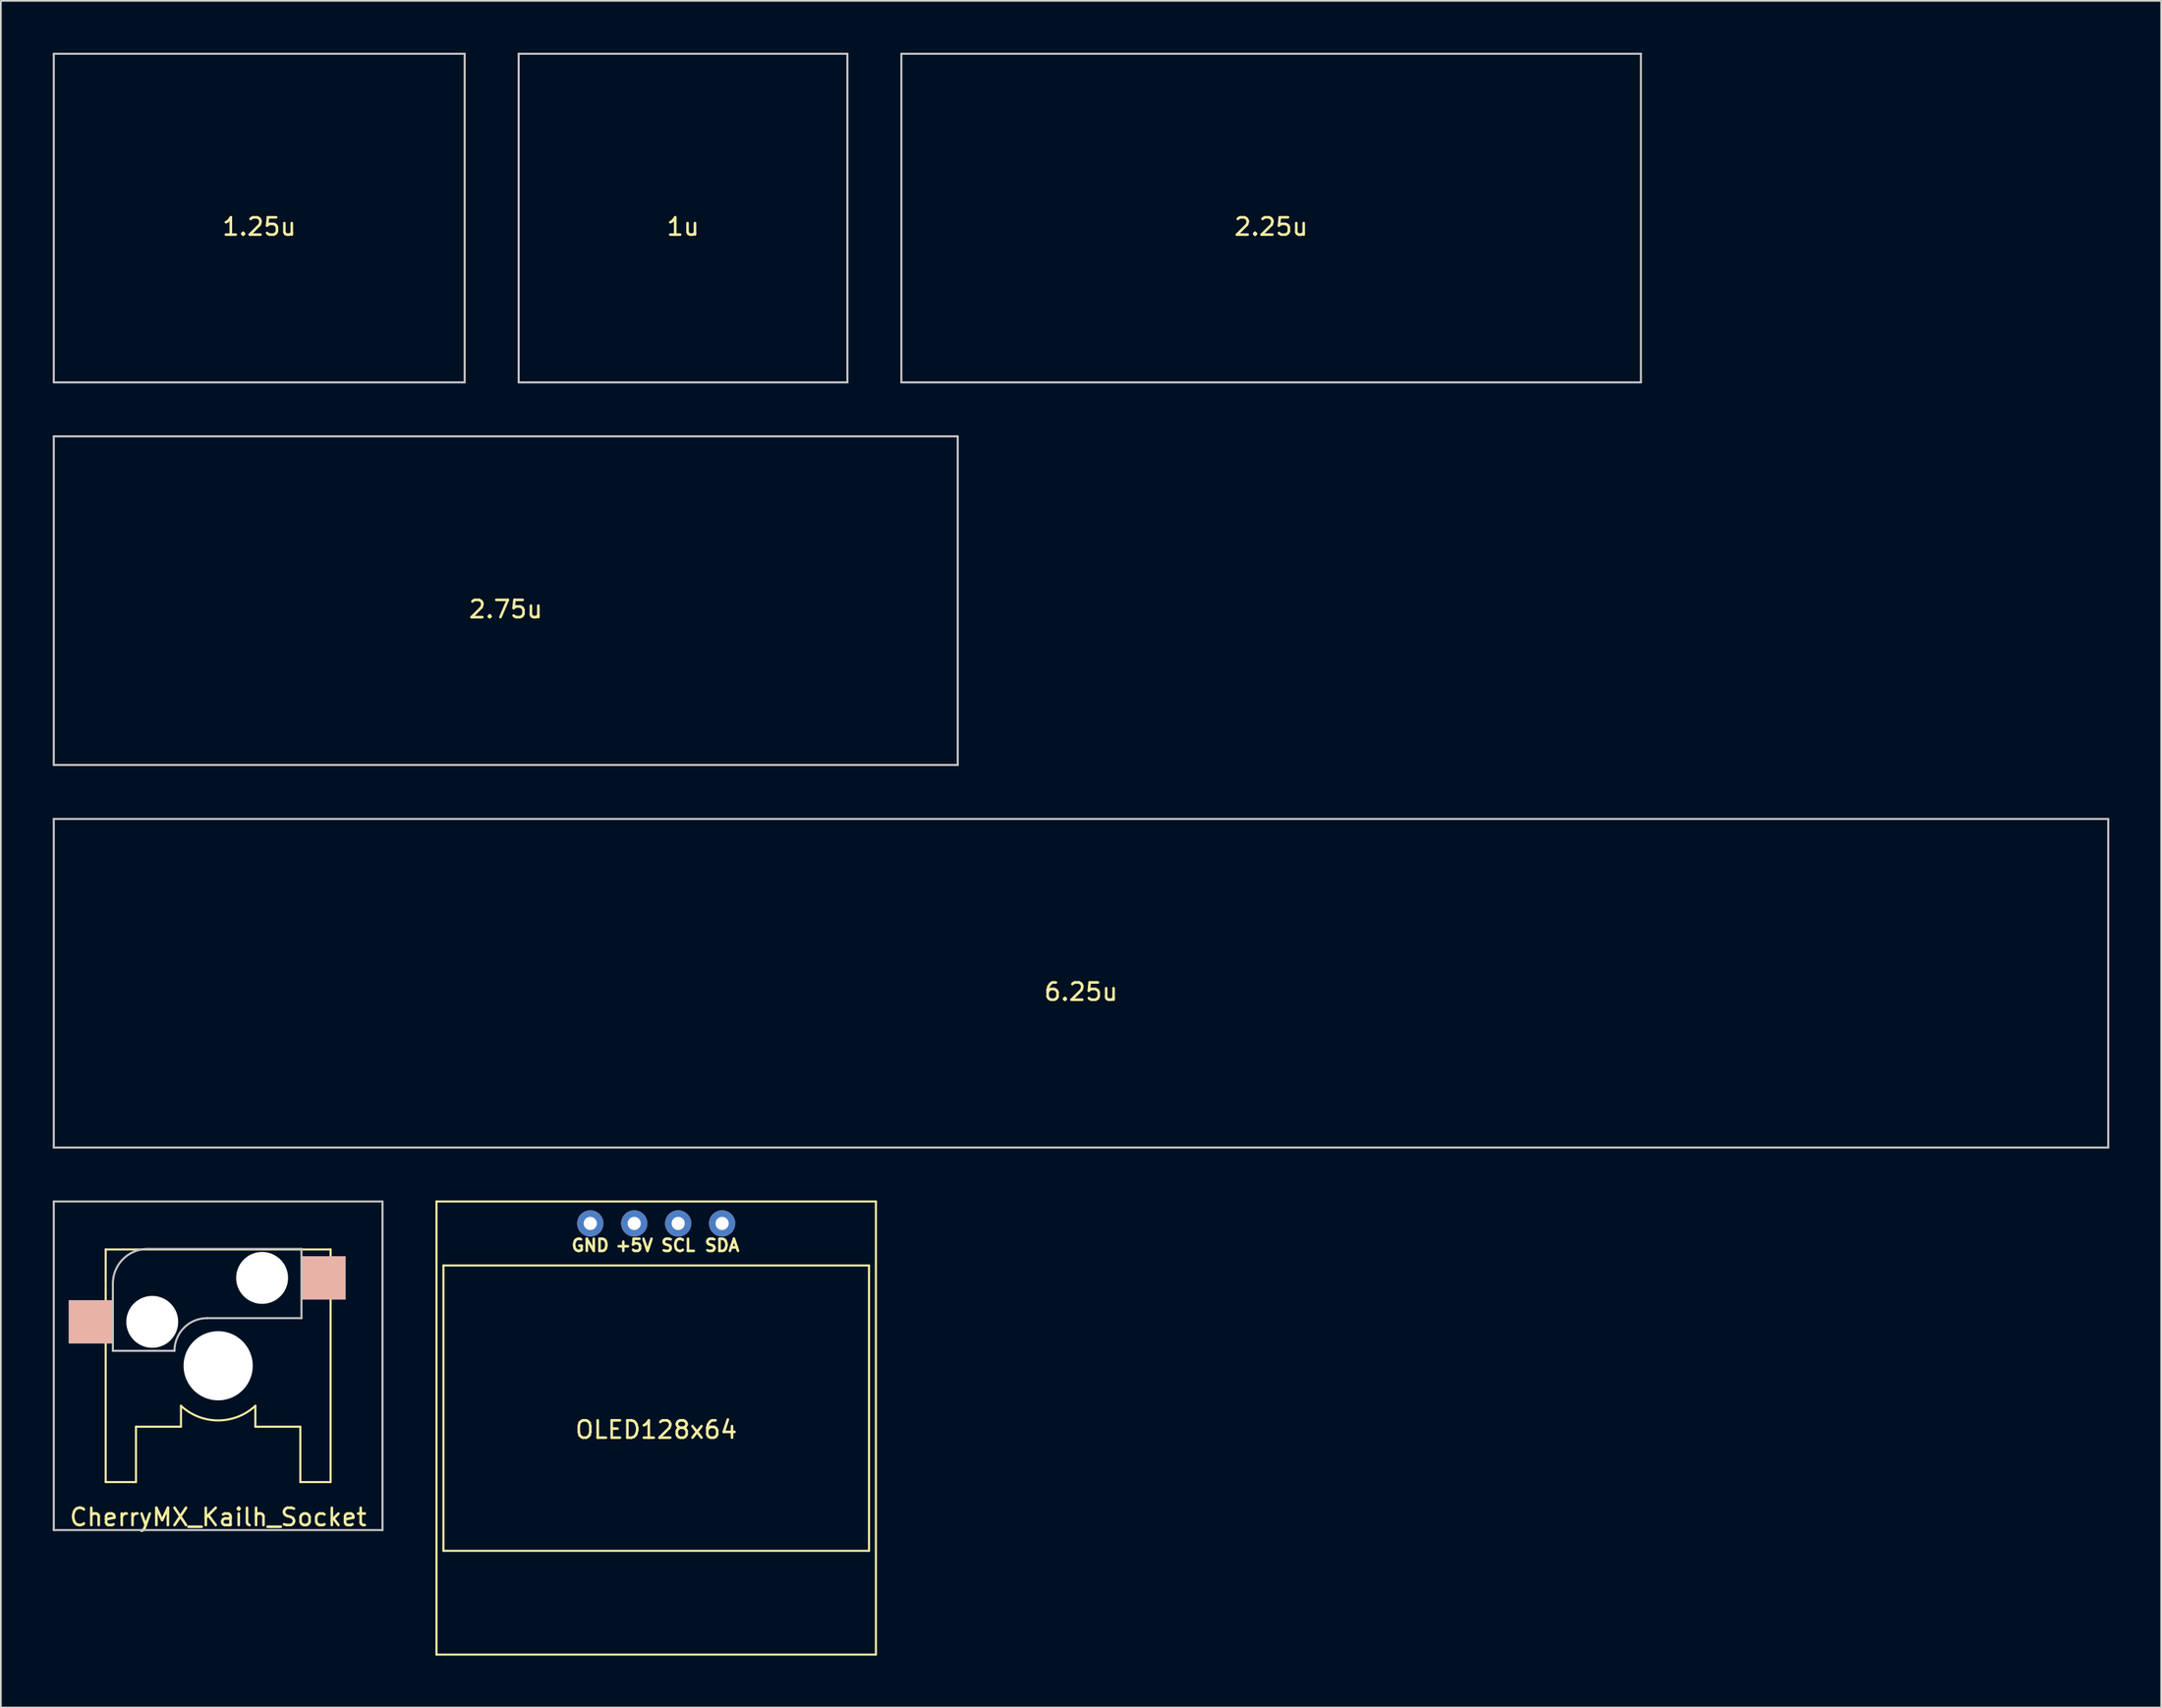
<source format=kicad_pcb>
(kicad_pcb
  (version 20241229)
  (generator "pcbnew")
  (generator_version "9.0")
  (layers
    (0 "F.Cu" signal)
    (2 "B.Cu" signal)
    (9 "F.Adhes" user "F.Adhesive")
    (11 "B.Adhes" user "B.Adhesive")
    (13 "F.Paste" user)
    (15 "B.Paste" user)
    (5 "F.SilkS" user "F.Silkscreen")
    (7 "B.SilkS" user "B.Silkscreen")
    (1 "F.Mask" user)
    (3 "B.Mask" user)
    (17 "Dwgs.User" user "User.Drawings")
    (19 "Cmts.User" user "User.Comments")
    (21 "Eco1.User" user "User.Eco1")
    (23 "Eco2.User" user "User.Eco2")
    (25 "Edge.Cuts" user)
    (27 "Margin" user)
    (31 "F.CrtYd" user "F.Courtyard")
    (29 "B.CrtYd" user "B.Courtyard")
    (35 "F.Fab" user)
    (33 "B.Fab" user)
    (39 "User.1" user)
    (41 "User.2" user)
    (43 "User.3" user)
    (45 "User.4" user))
  (footprint "1.25u"
    (layer "F.Cu")
    (at 11.935 9.56)
    (property "Reference" "1.25u" (at 0 0.5 0) (layer "F.SilkS") (effects (font (size 1 1) (thickness 0.15))))
    (attr through_hole)
    (fp_line (start -11.875 -9.5) (end -11.875 9.5) (stroke (width 0.12) (type solid)) (layer "Dwgs.User"))
    (fp_line (start -11.875 -9.5) (end 11.875 -9.5) (stroke (width 0.12) (type solid)) (layer "Dwgs.User"))
    (fp_line (start 11.875 9.5) (end -11.875 9.5) (stroke (width 0.12) (type solid)) (layer "Dwgs.User"))
    (fp_line (start 11.875 9.5) (end 11.875 -9.5) (stroke (width 0.12) (type solid)) (layer "Dwgs.User")))
  (footprint "2.25u"
    (layer "F.Cu")
    (at 70.425 9.56)
    (property "Reference" "2.25u" (at 0 0.5 0) (layer "F.SilkS") (effects (font (size 1 1) (thickness 0.15))))
    (attr through_hole)
    (fp_line (start -21.375 -9.5) (end -21.375 9.5) (stroke (width 0.12) (type solid)) (layer "Dwgs.User"))
    (fp_line (start -21.375 -9.5) (end 21.375 -9.5) (stroke (width 0.12) (type solid)) (layer "Dwgs.User"))
    (fp_line (start -21.375 9.5) (end 21.375 9.5) (stroke (width 0.12) (type solid)) (layer "Dwgs.User"))
    (fp_line (start 21.375 9.5) (end 21.375 -9.5) (stroke (width 0.12) (type solid)) (layer "Dwgs.User")))
  (footprint "6.25u"
    (layer "F.Cu")
    (at 59.435 53.8)
    (property "Reference" "6.25u" (at 0 0.5 0) (layer "F.SilkS") (effects (font (size 1 1) (thickness 0.15))))
    (attr through_hole)
    (fp_line (start -59.375 -9.5) (end -59.375 9.5) (stroke (width 0.12) (type solid)) (layer "Dwgs.User"))
    (fp_line (start -59.375 -9.5) (end 59.375 -9.5) (stroke (width 0.12) (type solid)) (layer "Dwgs.User"))
    (fp_line (start -59.375 9.5) (end 59.375 9.5) (stroke (width 0.12) (type solid)) (layer "Dwgs.User"))
    (fp_line (start 59.375 9.5) (end 59.375 -9.5) (stroke (width 0.12) (type solid)) (layer "Dwgs.User")))
  (footprint "CherryMX_Kailh_Socket"
    (layer "F.Cu")
    (at 9.56 75.92)
    (property "Reference" "CherryMX_Kailh_Socket" (at 0 8.755 0) (layer "F.SilkS") (effects (font (size 1 1) (thickness 0.15))))
    (attr through_hole)
    (fp_line (start -6.5 -6.725) (end -6.5 6.725) (stroke (width 0.12) (type solid)) (layer "F.SilkS"))
    (fp_line (start -6.5 -6.725) (end 6.5 -6.725) (stroke (width 0.12) (type solid)) (layer "F.SilkS"))
    (fp_line (start -6.5 6.725) (end -4.75 6.725) (stroke (width 0.12) (type solid)) (layer "F.SilkS"))
    (fp_line (start -4.75 3.525) (end -4.75 6.725) (stroke (width 0.12) (type solid)) (layer "F.SilkS"))
    (fp_line (start -4.75 3.525) (end -2.15 3.525) (stroke (width 0.12) (type solid)) (layer "F.SilkS"))
    (fp_line (start -2.15 2.315) (end -2.15 3.525) (stroke (width 0.12) (type solid)) (layer "F.SilkS"))
    (fp_line (start 2.15 2.315) (end 2.15 3.525) (stroke (width 0.12) (type solid)) (layer "F.SilkS"))
    (fp_line (start 2.15 3.525) (end 4.75 3.525) (stroke (width 0.12) (type solid)) (layer "F.SilkS"))
    (fp_line (start 4.75 3.525) (end 4.75 6.725) (stroke (width 0.12) (type solid)) (layer "F.SilkS"))
    (fp_line (start 4.75 6.725) (end 6.5 6.725) (stroke (width 0.12) (type solid)) (layer "F.SilkS"))
    (fp_line (start 6.5 -6.725) (end 6.5 6.725) (stroke (width 0.12) (type solid)) (layer "F.SilkS"))
    (fp_arc (start 2.149998 2.314998) (mid 0 3.159384) (end -2.149998 2.314998) (stroke (width 0.12) (type solid)) (layer "F.SilkS"))
    (fp_line (start -9.5 -9.5) (end 9.5 -9.5) (stroke (width 0.12) (type solid)) (layer "Dwgs.User"))
    (fp_line (start -9.5 9.5) (end -9.5 -9.5) (stroke (width 0.12) (type solid)) (layer "Dwgs.User"))
    (fp_line (start -6.085 -4.755) (end -6.085 -0.865) (stroke (width 0.12) (type solid)) (layer "Dwgs.User"))
    (fp_line (start -6.085 -0.865) (end -2.525 -0.865) (stroke (width 0.12) (type solid)) (layer "Dwgs.User"))
    (fp_line (start -4.085 -6.755) (end 4.815 -6.755) (stroke (width 0.12) (type solid)) (layer "Dwgs.User"))
    (fp_line (start 4.815 -6.755) (end 4.815 -2.755) (stroke (width 0.12) (type solid)) (layer "Dwgs.User"))
    (fp_line (start 4.815 -2.755) (end -0.635 -2.755) (stroke (width 0.12) (type solid)) (layer "Dwgs.User"))
    (fp_line (start 9.5 -9.5) (end 9.5 9.5) (stroke (width 0.12) (type solid)) (layer "Dwgs.User"))
    (fp_line (start 9.5 9.5) (end -9.5 9.5) (stroke (width 0.12) (type solid)) (layer "Dwgs.User"))
    (fp_arc (start -6.085 -4.755) (mid -5.499214 -6.169214) (end -4.085 -6.755) (stroke (width 0.12) (type solid)) (layer "Dwgs.User"))
    (fp_arc (start -2.525 -0.865) (mid -1.971432 -2.201432) (end -0.635 -2.755) (stroke (width 0.12) (type solid)) (layer "Dwgs.User"))
    (pad "" np_thru_hole circle (at -3.81 -2.54) (size 3 3) (drill 3) (layers "*.Cu" "*.Mask"))
    (pad "" np_thru_hole circle (at 0 0) (size 4 4) (drill 4) (layers "*.Cu" "*.Mask"))
    (pad "" np_thru_hole circle (at 2.54 -5.08) (size 3 3) (drill 3) (layers "*.Cu" "*.Mask"))
    (pad "1" smd rect (at -7.36 -2.54) (size 2.55 2.5) (layers "B.Cu" "B.SilkS" "B.Adhes"))
    (pad "2" smd rect (at 6.09 -5.08) (size 2.55 2.5) (layers "B.Cu" "B.SilkS" "B.Adhes")))
  (footprint "1u"
    (layer "F.Cu")
    (at 36.43 9.56)
    (property "Reference" "1u" (at 0 0.5 0) (layer "F.SilkS") (effects (font (size 1 1) (thickness 0.15))))
    (attr through_hole)
    (fp_line (start -9.5 -9.5) (end -9.5 9.5) (stroke (width 0.12) (type solid)) (layer "Dwgs.User"))
    (fp_line (start -9.5 -9.5) (end 9.5 -9.5) (stroke (width 0.12) (type solid)) (layer "Dwgs.User"))
    (fp_line (start -9.5 9.5) (end 9.5 9.5) (stroke (width 0.12) (type solid)) (layer "Dwgs.User"))
    (fp_line (start 9.5 9.5) (end 9.5 -9.5) (stroke (width 0.12) (type solid)) (layer "Dwgs.User")))
  (footprint "2.75u"
    (layer "F.Cu")
    (at 26.185 31.68)
    (property "Reference" "2.75u" (at 0 0.5 0) (layer "F.SilkS") (effects (font (size 1 1) (thickness 0.15))))
    (attr through_hole)
    (fp_line (start -26.125 -9.5) (end -26.125 9.5) (stroke (width 0.12) (type solid)) (layer "Dwgs.User"))
    (fp_line (start -26.125 -9.5) (end 26.125 -9.5) (stroke (width 0.12) (type solid)) (layer "Dwgs.User"))
    (fp_line (start -26.125 9.5) (end 26.125 9.5) (stroke (width 0.12) (type solid)) (layer "Dwgs.User"))
    (fp_line (start 26.125 9.5) (end 26.125 -9.5) (stroke (width 0.12) (type solid)) (layer "Dwgs.User")))
  (footprint "OLED128x64"
    (layer "F.Cu")
    (at 34.88 79.12)
    (property "Reference" "OLED128x64" (at 0 0.5 0) (layer "F.SilkS") (effects (font (size 1 1) (thickness 0.15))))
    (attr through_hole)
    (fp_line (start -12.7 -12.7) (end -12.7 13.5) (stroke (width 0.12) (type solid)) (layer "F.SilkS"))
    (fp_line (start -12.7 -12.7) (end 12.7 -12.7) (stroke (width 0.12) (type solid)) (layer "F.SilkS"))
    (fp_line (start -12.7 13.5) (end 12.7 13.5) (stroke (width 0.12) (type solid)) (layer "F.SilkS"))
    (fp_line (start -12.3 -9) (end -12.3 7.5) (stroke (width 0.12) (type solid)) (layer "F.SilkS"))
    (fp_line (start -12.3 -9) (end 12.3 -9) (stroke (width 0.12) (type solid)) (layer "F.SilkS"))
    (fp_line (start -12.3 7.5) (end 12.3 7.5) (stroke (width 0.12) (type solid)) (layer "F.SilkS"))
    (fp_line (start 12.3 -9) (end 12.3 7.5) (stroke (width 0.12) (type solid)) (layer "F.SilkS"))
    (fp_line (start 12.7 -12.7) (end 12.7 13.5) (stroke (width 0.12) (type solid)) (layer "F.SilkS"))
    (fp_text user "SCL" (at 1.27 -10.16 0) (layer "F.SilkS") (effects (font (size 0.7 0.7) (thickness 0.15))))
    (fp_text user "SDA" (at 3.81 -10.16 0) (layer "F.SilkS") (effects (font (size 0.7 0.7) (thickness 0.15))))
    (fp_text user "GND" (at -3.81 -10.16 0) (layer "F.SilkS") (effects (font (size 0.7 0.7) (thickness 0.15))))
    (fp_text user "+5V" (at -1.27 -10.16 0) (layer "F.SilkS") (effects (font (size 0.7 0.7) (thickness 0.15))))
    (pad "1" thru_hole circle (at -3.81 -11.43) (size 1.524 1.524) (drill 0.762) (layers "*.Cu" "*.Mask"))
    (pad "2" thru_hole circle (at -1.27 -11.43) (size 1.524 1.524) (drill 0.762) (layers "*.Cu" "*.Mask"))
    (pad "3" thru_hole circle (at 1.27 -11.43) (size 1.524 1.524) (drill 0.762) (layers "*.Cu" "*.Mask"))
    (pad "4" thru_hole circle (at 3.81 -11.43) (size 1.524 1.524) (drill 0.762) (layers "*.Cu" "*.Mask")))
  (gr_rect
    (start -3 -3)
    (end 121.87 95.68)
    (stroke (width 0.1) (type default))
    (fill no)
    (layer "Edge.Cuts")))
</source>
